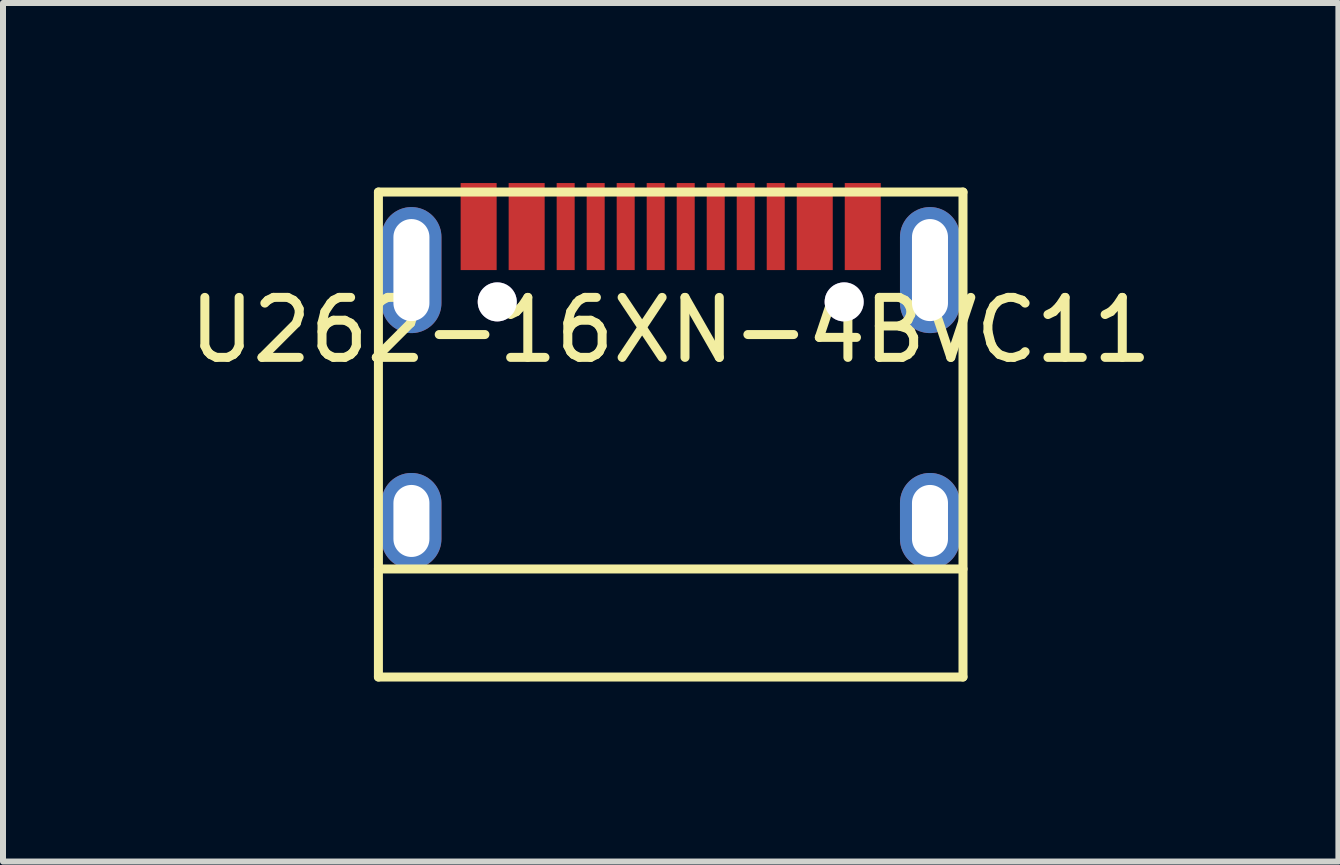
<source format=kicad_pcb>
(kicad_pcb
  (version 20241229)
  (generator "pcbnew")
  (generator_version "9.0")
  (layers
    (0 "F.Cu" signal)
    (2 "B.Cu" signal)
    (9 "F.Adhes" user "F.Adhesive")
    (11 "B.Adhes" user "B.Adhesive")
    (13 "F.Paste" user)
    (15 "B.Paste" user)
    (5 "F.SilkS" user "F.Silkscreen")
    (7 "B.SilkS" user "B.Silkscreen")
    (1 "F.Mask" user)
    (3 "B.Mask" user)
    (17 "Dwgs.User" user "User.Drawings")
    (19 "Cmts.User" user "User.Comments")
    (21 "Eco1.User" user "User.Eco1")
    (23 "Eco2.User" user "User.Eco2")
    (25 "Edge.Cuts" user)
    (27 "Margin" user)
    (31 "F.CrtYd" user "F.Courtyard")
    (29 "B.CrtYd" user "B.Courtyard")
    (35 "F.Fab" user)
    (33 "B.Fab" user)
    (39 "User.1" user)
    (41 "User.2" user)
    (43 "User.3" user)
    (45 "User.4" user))
  (footprint "U262-16XN-4BVC11"
    (layer "F.Cu")
    (at 8.125 1.45)
    (property "Reference" "U262-16XN-4BVC11" (at 0 1 0) (layer "F.SilkS") (effects (font (size 1 1) (thickness 0.15))))
    (attr through_hole)
    (fp_line (start -4.87 -1.3) (end -4.87 6.78) (stroke (width 0.15) (type solid)) (layer "F.SilkS"))
    (fp_line (start -4.87 -1.3) (end 4.87 -1.3) (stroke (width 0.15) (type solid)) (layer "F.SilkS"))
    (fp_line (start -4.87 4.98) (end 4.87 4.98) (stroke (width 0.15) (type solid)) (layer "F.SilkS"))
    (fp_line (start -4.87 6.78) (end 4.87 6.78) (stroke (width 0.15) (type solid)) (layer "F.SilkS"))
    (fp_line (start 4.87 -1.3) (end 4.87 6.78) (stroke (width 0.15) (type solid)) (layer "F.SilkS"))
    (pad "" thru_hole circle (at -2.89 0.53) (size 0.65 0.65) (drill 0.65) (layers "*.Cu" "*.Mask"))
    (pad "" thru_hole circle (at 2.89 0.53) (size 0.65 0.65) (drill 0.65) (layers "*.Cu" "*.Mask"))
    (pad "A1" smd rect (at -3.2 -0.725) (size 0.6 1.45) (layers "F.Cu" "F.Mask" "F.Paste"))
    (pad "A4" smd rect (at -2.4 -0.725) (size 0.6 1.45) (layers "F.Cu" "F.Mask" "F.Paste"))
    (pad "A5" smd rect (at -1.25 -0.725) (size 0.3 1.45) (layers "F.Cu" "F.Mask" "F.Paste"))
    (pad "A6" smd rect (at -0.25 -0.725) (size 0.3 1.45) (layers "F.Cu" "F.Mask" "F.Paste"))
    (pad "A7" smd rect (at 0.25 -0.725) (size 0.3 1.45) (layers "F.Cu" "F.Mask" "F.Paste"))
    (pad "A8" smd rect (at 1.25 -0.725) (size 0.3 1.45) (layers "F.Cu" "F.Mask" "F.Paste"))
    (pad "B1" smd rect (at 3.2 -0.725) (size 0.6 1.45) (layers "F.Cu" "F.Mask" "F.Paste"))
    (pad "B4" smd rect (at 2.4 -0.725) (size 0.6 1.45) (layers "F.Cu" "F.Mask" "F.Paste"))
    (pad "B5" smd rect (at 1.75 -0.725) (size 0.3 1.45) (layers "F.Cu" "F.Mask" "F.Paste"))
    (pad "B6" smd rect (at 0.75 -0.725) (size 0.3 1.45) (layers "F.Cu" "F.Mask" "F.Paste"))
    (pad "B7" smd rect (at -0.75 -0.725) (size 0.3 1.45) (layers "F.Cu" "F.Mask" "F.Paste"))
    (pad "B8" smd rect (at -1.75 -0.725) (size 0.3 1.45) (layers "F.Cu" "F.Mask" "F.Paste"))
    (pad "S1" thru_hole oval (at -4.32 0) (size 1 2.1) (drill oval 0.6 1.7) (layers "*.Cu" "*.Mask"))
    (pad "S1" thru_hole oval (at -4.32 4.18) (size 1 1.6) (drill oval 0.6 1.2) (layers "*.Cu" "*.Mask"))
    (pad "S1" thru_hole oval (at 4.32 0) (size 1 2.1) (drill oval 0.6 1.7) (layers "*.Cu" "*.Mask"))
    (pad "S1" thru_hole oval (at 4.32 4.18) (size 1 1.6) (drill oval 0.6 1.2) (layers "*.Cu" "*.Mask")))
  (gr_rect
    (start -3 -3)
    (end 19.25 11.305)
    (stroke (width 0.1) (type default))
    (fill no)
    (layer "Edge.Cuts")))
</source>
